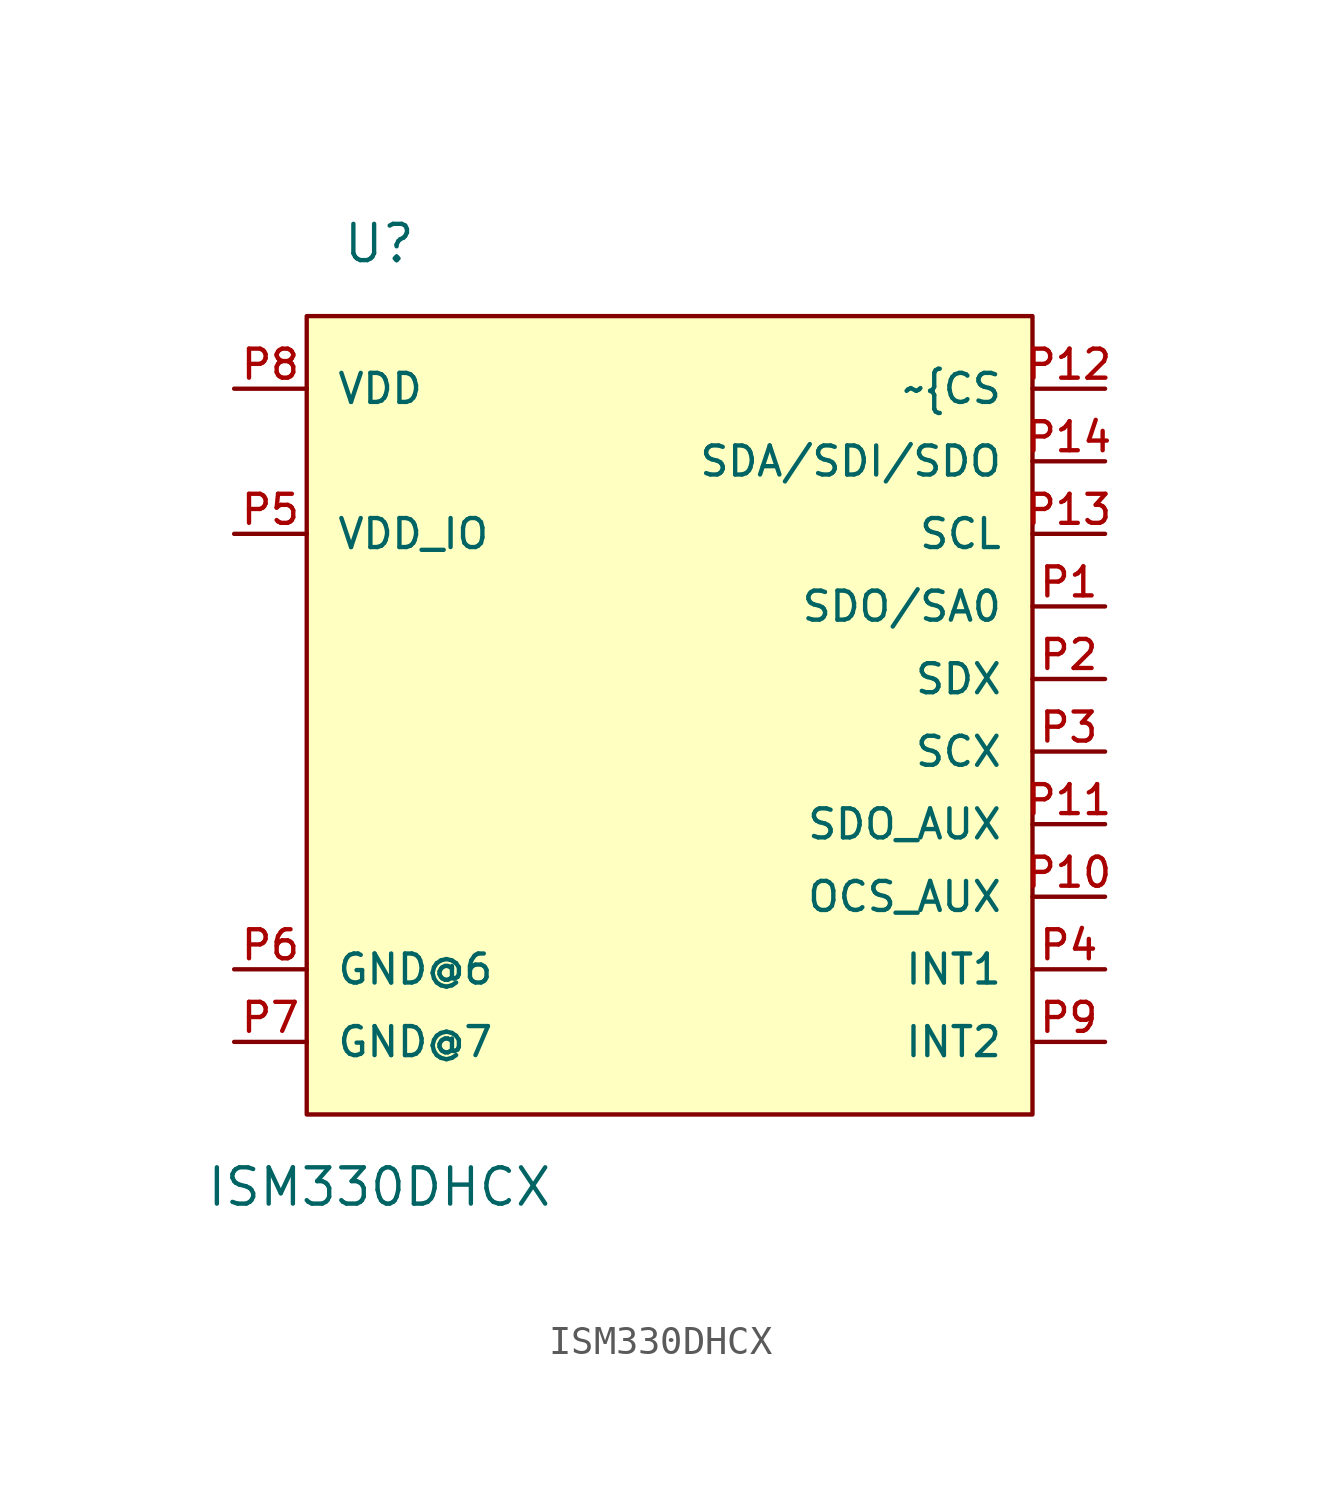
<source format=kicad_sym>
(kicad_symbol_lib
  (version 20211014)
  (generator kicad_symbol_editor)
  (symbol "ISM330DHCX"
    (pin_names
      (offset 1.016))
    (property "Reference" "U"
      (at -10.16 15.24 0)
      (effects (font (size 1.27 1.27))))
    (property "Value" "ISM330DHCX"
      (at -10.16 -17.78 0)
      (effects (font (size 1.27 1.27))))
    (symbol "ISM330DHCX_0_0"
      (rectangle (start -12.7 -15.24) (end 12.7 12.7) (stroke (width 0.152)) (fill (type background)))
      (pin power_in line (at -15.24 10.16 0) (length 2.54) (name "VDD" (effects (font (size 1.016 1.016)))) (number "P8" (effects (font (size 1.016 1.016)))))
      (pin power_in line (at -15.24 5.08 0) (length 2.54) (name "VDD_IO" (effects (font (size 1.016 1.016)))) (number "P5" (effects (font (size 1.016 1.016)))))
      (pin power_in line (at -15.24 -10.16 0) (length 2.54) (name "GND@6" (effects (font (size 1.016 1.016)))) (number "P6" (effects (font (size 1.016 1.016)))))
      (pin power_in line (at -15.24 -12.7 0) (length 2.54) (name "GND@7" (effects (font (size 1.016 1.016)))) (number "P7" (effects (font (size 1.016 1.016)))))
      (pin bidirectional line (at 15.24 7.62 180.0) (length 2.54) (name "SDA/SDI/SDO" (effects (font (size 1.016 1.016)))) (number "P14" (effects (font (size 1.016 1.016)))))
      (pin bidirectional line (at 15.24 5.08 180.0) (length 2.54) (name "SCL" (effects (font (size 1.016 1.016)))) (number "P13" (effects (font (size 1.016 1.016)))))
      (pin bidirectional line (at 15.24 10.16 180.0) (length 2.54) (name "~{CS~{}" (effects (font (size 1.016 1.016)))) (number "P12" (effects (font (size 1.016 1.016)))))
      (pin bidirectional line (at 15.24 2.54 180.0) (length 2.54) (name "SDO/SA0" (effects (font (size 1.016 1.016)))) (number "P1" (effects (font (size 1.016 1.016)))))
      (pin bidirectional line (at 15.24 0.0 180.0) (length 2.54) (name "SDX" (effects (font (size 1.016 1.016)))) (number "P2" (effects (font (size 1.016 1.016)))))
      (pin bidirectional line (at 15.24 -2.54 180.0) (length 2.54) (name "SCX" (effects (font (size 1.016 1.016)))) (number "P3" (effects (font (size 1.016 1.016)))))
      (pin bidirectional line (at 15.24 -5.08 180.0) (length 2.54) (name "SDO_AUX" (effects (font (size 1.016 1.016)))) (number "P11" (effects (font (size 1.016 1.016)))))
      (pin bidirectional line (at 15.24 -7.62 180.0) (length 2.54) (name "OCS_AUX" (effects (font (size 1.016 1.016)))) (number "P10" (effects (font (size 1.016 1.016)))))
      (pin bidirectional line (at 15.24 -10.16 180.0) (length 2.54) (name "INT1" (effects (font (size 1.016 1.016)))) (number "P4" (effects (font (size 1.016 1.016)))))
      (pin bidirectional line (at 15.24 -12.7 180.0) (length 2.54) (name "INT2" (effects (font (size 1.016 1.016)))) (number "P9" (effects (font (size 1.016 1.016))))))))
</source>
